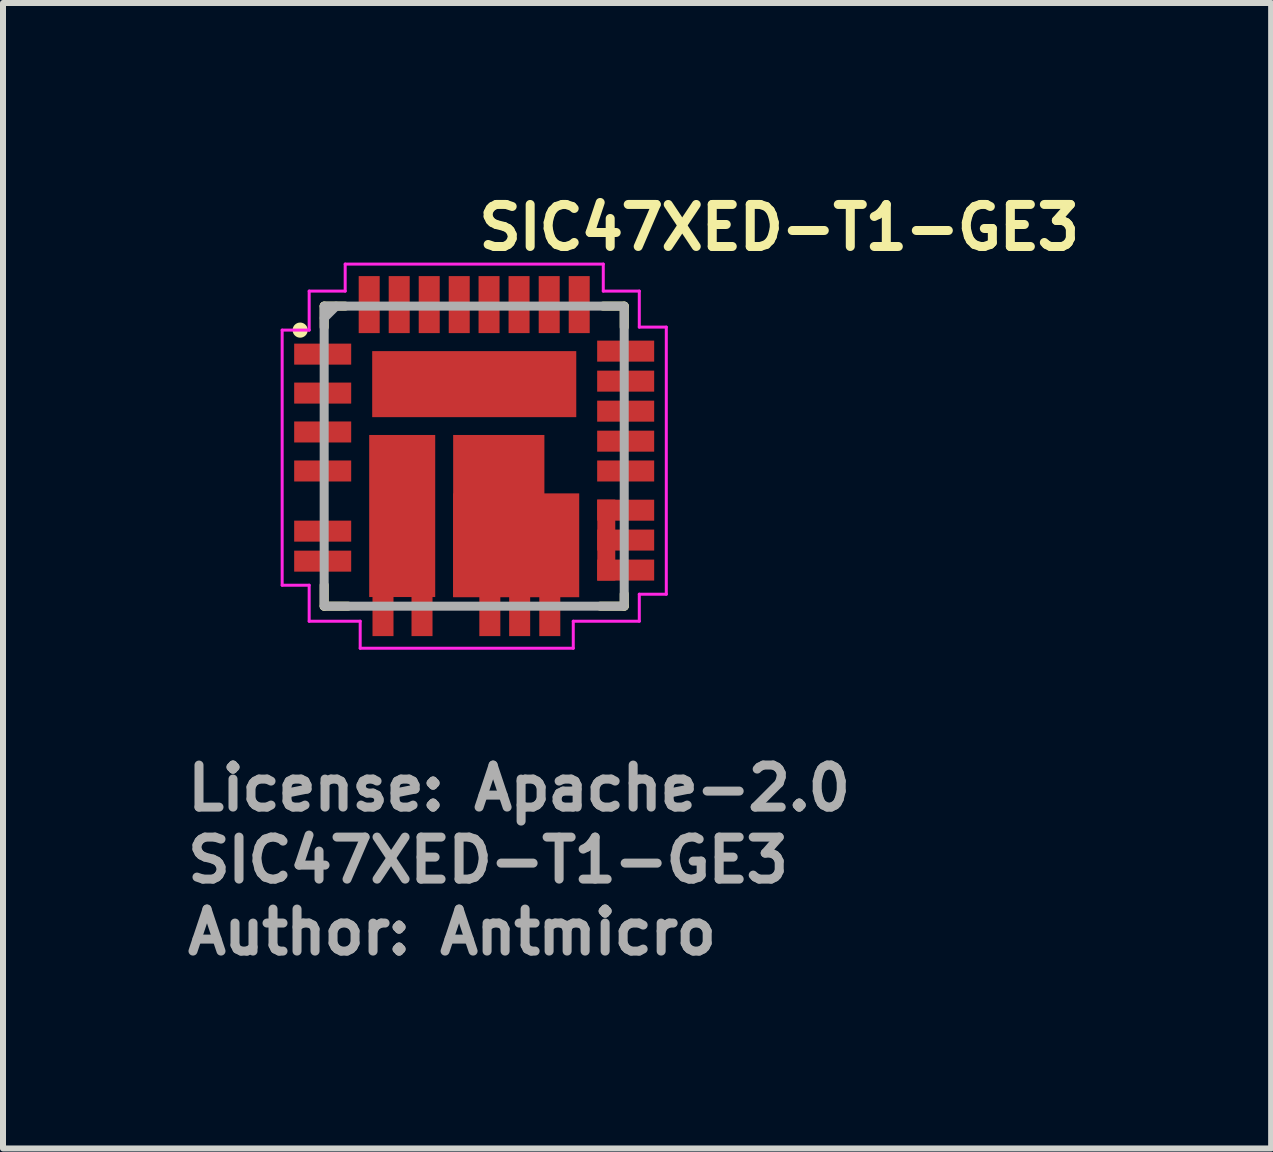
<source format=kicad_pcb>
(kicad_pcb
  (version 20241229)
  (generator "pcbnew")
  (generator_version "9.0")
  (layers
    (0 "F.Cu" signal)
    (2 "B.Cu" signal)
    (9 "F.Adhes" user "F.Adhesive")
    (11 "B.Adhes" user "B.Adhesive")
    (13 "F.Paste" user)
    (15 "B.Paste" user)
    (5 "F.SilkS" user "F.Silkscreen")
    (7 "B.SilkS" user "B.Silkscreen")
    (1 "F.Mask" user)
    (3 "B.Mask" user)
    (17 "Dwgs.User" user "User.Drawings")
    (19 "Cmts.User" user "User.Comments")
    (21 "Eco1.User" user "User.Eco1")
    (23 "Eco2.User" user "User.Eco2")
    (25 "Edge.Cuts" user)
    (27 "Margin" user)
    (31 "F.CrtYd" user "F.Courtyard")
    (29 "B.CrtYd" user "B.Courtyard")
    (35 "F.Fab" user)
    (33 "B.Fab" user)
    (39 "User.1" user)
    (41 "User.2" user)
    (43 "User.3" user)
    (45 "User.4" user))
  (footprint "SIC47XED-T1-GE3"
    (layer "F.Cu")
    (at 4.851 4.55)
    (property "Reference" "SIC47XED-T1-GE3" (at 0 -3.4 0) (layer "F.SilkS") (effects (font (size 0.7 0.7) (thickness 0.15)) (justify left bottom)))
    (attr smd)
    (fp_line (start -2.5 -2.5) (end -2.15 -2.5) (stroke (width 0.15) (type solid)) (layer "F.SilkS"))
    (fp_line (start -2.5 -2.15) (end -2.5 -2.5) (stroke (width 0.15) (type solid)) (layer "F.SilkS"))
    (fp_line (start -2.5 2.499) (end -2.5 2.148) (stroke (width 0.15) (type solid)) (layer "F.SilkS"))
    (fp_line (start -2.101 2.499) (end -2.5 2.499) (stroke (width 0.15) (type solid)) (layer "F.SilkS"))
    (fp_line (start 2.148 -2.5) (end 2.499 -2.5) (stroke (width 0.15) (type solid)) (layer "F.SilkS"))
    (fp_line (start 2.499 -2.5) (end 2.499 -2.15) (stroke (width 0.15) (type solid)) (layer "F.SilkS"))
    (fp_line (start 2.499 2.297) (end 2.499 2.499) (stroke (width 0.15) (type solid)) (layer "F.SilkS"))
    (fp_line (start 2.499 2.499) (end 2.1 2.499) (stroke (width 0.15) (type solid)) (layer "F.SilkS"))
    (fp_circle (center -2.9 -2.1) (end -2.849 -2.1) (stroke (width 0.15) (type solid)) (fill yes) (layer "F.SilkS"))
    (fp_poly (pts (xy -0.803 2.1) (xy -1.601 2.1) (xy -1.601 -0.203) (xy -0.803 -0.203)) (stroke (width 0.1) (type solid)) (fill yes) (layer "F.Paste"))
    (fp_poly (pts (xy -0.453 -0.75) (xy -1.601 -0.75) (xy -1.601 -1.651) (xy -0.453 -1.651)) (stroke (width 0.1) (type solid)) (fill yes) (layer "F.Paste"))
    (fp_poly (pts (xy 1.1 0.597) (xy -0.25 0.597) (xy -0.25 -0.25) (xy 1.1 -0.25)) (stroke (width 0.1) (type solid)) (fill yes) (layer "F.Paste"))
    (fp_poly (pts (xy 1.6 -0.75) (xy 0.45 -0.75) (xy 0.45 -1.651) (xy 1.6 -1.651)) (stroke (width 0.1) (type solid)) (fill yes) (layer "F.Paste"))
    (fp_poly (pts (xy 1.648 2.048) (xy -0.25 2.048) (xy -0.25 1.398) (xy 1.648 1.398)) (stroke (width 0.1) (type solid)) (fill yes) (layer "F.Paste"))
    (fp_line (start -3.2 -2.1) (end -3.2 2.15) (stroke (width 0.05) (type solid)) (layer "F.CrtYd"))
    (fp_line (start -3.2 2.15) (end -2.75 2.15) (stroke (width 0.05) (type solid)) (layer "F.CrtYd"))
    (fp_line (start -2.75 -2.75) (end -2.75 -2.1) (stroke (width 0.05) (type solid)) (layer "F.CrtYd"))
    (fp_line (start -2.75 -2.1) (end -3.2 -2.1) (stroke (width 0.05) (type solid)) (layer "F.CrtYd"))
    (fp_line (start -2.75 2.15) (end -2.75 2.75) (stroke (width 0.05) (type solid)) (layer "F.CrtYd"))
    (fp_line (start -2.75 2.75) (end -1.9 2.75) (stroke (width 0.05) (type solid)) (layer "F.CrtYd"))
    (fp_line (start -2.15 -3.2) (end -2.15 -2.75) (stroke (width 0.05) (type solid)) (layer "F.CrtYd"))
    (fp_line (start -2.15 -2.75) (end -2.75 -2.75) (stroke (width 0.05) (type solid)) (layer "F.CrtYd"))
    (fp_line (start -1.9 2.75) (end -1.9 3.2) (stroke (width 0.05) (type solid)) (layer "F.CrtYd"))
    (fp_line (start -1.9 3.2) (end 1.65 3.2) (stroke (width 0.05) (type solid)) (layer "F.CrtYd"))
    (fp_line (start 1.65 2.75) (end 2.75 2.75) (stroke (width 0.05) (type solid)) (layer "F.CrtYd"))
    (fp_line (start 1.65 3.2) (end 1.65 2.75) (stroke (width 0.05) (type solid)) (layer "F.CrtYd"))
    (fp_line (start 2.15 -3.2) (end -2.15 -3.2) (stroke (width 0.05) (type solid)) (layer "F.CrtYd"))
    (fp_line (start 2.15 -2.75) (end 2.15 -3.2) (stroke (width 0.05) (type solid)) (layer "F.CrtYd"))
    (fp_line (start 2.75 -2.75) (end 2.15 -2.75) (stroke (width 0.05) (type solid)) (layer "F.CrtYd"))
    (fp_line (start 2.75 -2.15) (end 2.75 -2.75) (stroke (width 0.05) (type solid)) (layer "F.CrtYd"))
    (fp_line (start 2.75 2.3) (end 3.2 2.3) (stroke (width 0.05) (type solid)) (layer "F.CrtYd"))
    (fp_line (start 2.75 2.75) (end 2.75 2.3) (stroke (width 0.05) (type solid)) (layer "F.CrtYd"))
    (fp_line (start 3.2 -2.15) (end 2.75 -2.15) (stroke (width 0.05) (type solid)) (layer "F.CrtYd"))
    (fp_line (start 3.2 2.3) (end 3.2 -2.15) (stroke (width 0.05) (type solid)) (layer "F.CrtYd"))
    (fp_line (start -2.5 -2.302) (end -2.302 -2.5) (stroke (width 0.15) (type solid)) (layer "F.Fab"))
    (fp_rect (start 2.499 2.499) (end -2.5 -2.5) (stroke (width 0.15) (type solid)) (fill no) (layer "F.Fab"))
    (fp_rect (start 2.499 2.499) (end -2.5 -2.5) (stroke (width 0.1) (type solid)) (fill no) (layer "User.5"))
    (fp_line (start -2.5 -2.5) (end -2.5 2.5) (stroke (width 0.1) (type solid)) (layer "User.9"))
    (fp_line (start -2.5 2.5) (end 2.5 2.5) (stroke (width 0.1) (type solid)) (layer "User.9"))
    (fp_line (start -2.1 -1.9) (end -2.096 -1.861) (stroke (width 0.1) (type solid)) (layer "User.9"))
    (fp_line (start -2.1 -1.9) (end -2.096 -1.861) (stroke (width 0.1) (type solid)) (layer "User.9"))
    (fp_line (start -2.096 -1.939) (end -2.1 -1.9) (stroke (width 0.1) (type solid)) (layer "User.9"))
    (fp_line (start -2.096 -1.939) (end -2.1 -1.9) (stroke (width 0.1) (type solid)) (layer "User.9"))
    (fp_line (start -2.096 -1.861) (end -2.085 -1.823) (stroke (width 0.1) (type solid)) (layer "User.9"))
    (fp_line (start -2.096 -1.861) (end -2.085 -1.823) (stroke (width 0.1) (type solid)) (layer "User.9"))
    (fp_line (start -2.085 -1.977) (end -2.096 -1.939) (stroke (width 0.1) (type solid)) (layer "User.9"))
    (fp_line (start -2.085 -1.977) (end -2.096 -1.939) (stroke (width 0.1) (type solid)) (layer "User.9"))
    (fp_line (start -2.085 -1.823) (end -2.066 -1.789) (stroke (width 0.1) (type solid)) (layer "User.9"))
    (fp_line (start -2.085 -1.823) (end -2.066 -1.789) (stroke (width 0.1) (type solid)) (layer "User.9"))
    (fp_line (start -2.066 -2.011) (end -2.085 -1.977) (stroke (width 0.1) (type solid)) (layer "User.9"))
    (fp_line (start -2.066 -2.011) (end -2.085 -1.977) (stroke (width 0.1) (type solid)) (layer "User.9"))
    (fp_line (start -2.066 -1.789) (end -2.041 -1.759) (stroke (width 0.1) (type solid)) (layer "User.9"))
    (fp_line (start -2.066 -1.789) (end -2.041 -1.759) (stroke (width 0.1) (type solid)) (layer "User.9"))
    (fp_line (start -2.041 -2.041) (end -2.066 -2.011) (stroke (width 0.1) (type solid)) (layer "User.9"))
    (fp_line (start -2.041 -2.041) (end -2.066 -2.011) (stroke (width 0.1) (type solid)) (layer "User.9"))
    (fp_line (start -2.041 -1.759) (end -2.011 -1.734) (stroke (width 0.1) (type solid)) (layer "User.9"))
    (fp_line (start -2.041 -1.759) (end -2.011 -1.734) (stroke (width 0.1) (type solid)) (layer "User.9"))
    (fp_line (start -2.011 -2.066) (end -2.041 -2.041) (stroke (width 0.1) (type solid)) (layer "User.9"))
    (fp_line (start -2.011 -2.066) (end -2.041 -2.041) (stroke (width 0.1) (type solid)) (layer "User.9"))
    (fp_line (start -2.011 -1.734) (end -1.977 -1.715) (stroke (width 0.1) (type solid)) (layer "User.9"))
    (fp_line (start -2.011 -1.734) (end -1.977 -1.715) (stroke (width 0.1) (type solid)) (layer "User.9"))
    (fp_line (start -1.977 -2.085) (end -2.011 -2.066) (stroke (width 0.1) (type solid)) (layer "User.9"))
    (fp_line (start -1.977 -2.085) (end -2.011 -2.066) (stroke (width 0.1) (type solid)) (layer "User.9"))
    (fp_line (start -1.977 -1.715) (end -1.939 -1.704) (stroke (width 0.1) (type solid)) (layer "User.9"))
    (fp_line (start -1.977 -1.715) (end -1.939 -1.704) (stroke (width 0.1) (type solid)) (layer "User.9"))
    (fp_line (start -1.939 -2.096) (end -1.977 -2.085) (stroke (width 0.1) (type solid)) (layer "User.9"))
    (fp_line (start -1.939 -2.096) (end -1.977 -2.085) (stroke (width 0.1) (type solid)) (layer "User.9"))
    (fp_line (start -1.939 -1.704) (end -1.9 -1.7) (stroke (width 0.1) (type solid)) (layer "User.9"))
    (fp_line (start -1.939 -1.704) (end -1.9 -1.7) (stroke (width 0.1) (type solid)) (layer "User.9"))
    (fp_line (start -1.9 -2.1) (end -1.939 -2.096) (stroke (width 0.1) (type solid)) (layer "User.9"))
    (fp_line (start -1.9 -2.1) (end -1.939 -2.096) (stroke (width 0.1) (type solid)) (layer "User.9"))
    (fp_line (start -1.9 -1.7) (end -1.861 -1.704) (stroke (width 0.1) (type solid)) (layer "User.9"))
    (fp_line (start -1.9 -1.7) (end -1.861 -1.704) (stroke (width 0.1) (type solid)) (layer "User.9"))
    (fp_line (start -1.861 -2.096) (end -1.9 -2.1) (stroke (width 0.1) (type solid)) (layer "User.9"))
    (fp_line (start -1.861 -2.096) (end -1.9 -2.1) (stroke (width 0.1) (type solid)) (layer "User.9"))
    (fp_line (start -1.861 -1.704) (end -1.823 -1.715) (stroke (width 0.1) (type solid)) (layer "User.9"))
    (fp_line (start -1.861 -1.704) (end -1.823 -1.715) (stroke (width 0.1) (type solid)) (layer "User.9"))
    (fp_line (start -1.823 -2.085) (end -1.861 -2.096) (stroke (width 0.1) (type solid)) (layer "User.9"))
    (fp_line (start -1.823 -2.085) (end -1.861 -2.096) (stroke (width 0.1) (type solid)) (layer "User.9"))
    (fp_line (start -1.823 -1.715) (end -1.789 -1.734) (stroke (width 0.1) (type solid)) (layer "User.9"))
    (fp_line (start -1.823 -1.715) (end -1.789 -1.734) (stroke (width 0.1) (type solid)) (layer "User.9"))
    (fp_line (start -1.789 -2.066) (end -1.823 -2.085) (stroke (width 0.1) (type solid)) (layer "User.9"))
    (fp_line (start -1.789 -2.066) (end -1.823 -2.085) (stroke (width 0.1) (type solid)) (layer "User.9"))
    (fp_line (start -1.789 -1.734) (end -1.759 -1.759) (stroke (width 0.1) (type solid)) (layer "User.9"))
    (fp_line (start -1.789 -1.734) (end -1.759 -1.759) (stroke (width 0.1) (type solid)) (layer "User.9"))
    (fp_line (start -1.759 -2.041) (end -1.789 -2.066) (stroke (width 0.1) (type solid)) (layer "User.9"))
    (fp_line (start -1.759 -2.041) (end -1.789 -2.066) (stroke (width 0.1) (type solid)) (layer "User.9"))
    (fp_line (start -1.759 -1.759) (end -1.734 -1.789) (stroke (width 0.1) (type solid)) (layer "User.9"))
    (fp_line (start -1.759 -1.759) (end -1.734 -1.789) (stroke (width 0.1) (type solid)) (layer "User.9"))
    (fp_line (start -1.734 -2.011) (end -1.759 -2.041) (stroke (width 0.1) (type solid)) (layer "User.9"))
    (fp_line (start -1.734 -2.011) (end -1.759 -2.041) (stroke (width 0.1) (type solid)) (layer "User.9"))
    (fp_line (start -1.734 -1.789) (end -1.715 -1.823) (stroke (width 0.1) (type solid)) (layer "User.9"))
    (fp_line (start -1.734 -1.789) (end -1.715 -1.823) (stroke (width 0.1) (type solid)) (layer "User.9"))
    (fp_line (start -1.715 -1.977) (end -1.734 -2.011) (stroke (width 0.1) (type solid)) (layer "User.9"))
    (fp_line (start -1.715 -1.977) (end -1.734 -2.011) (stroke (width 0.1) (type solid)) (layer "User.9"))
    (fp_line (start -1.715 -1.823) (end -1.704 -1.861) (stroke (width 0.1) (type solid)) (layer "User.9"))
    (fp_line (start -1.715 -1.823) (end -1.704 -1.861) (stroke (width 0.1) (type solid)) (layer "User.9"))
    (fp_line (start -1.704 -1.939) (end -1.715 -1.977) (stroke (width 0.1) (type solid)) (layer "User.9"))
    (fp_line (start -1.704 -1.939) (end -1.715 -1.977) (stroke (width 0.1) (type solid)) (layer "User.9"))
    (fp_line (start -1.704 -1.861) (end -1.7 -1.9) (stroke (width 0.1) (type solid)) (layer "User.9"))
    (fp_line (start -1.704 -1.861) (end -1.7 -1.9) (stroke (width 0.1) (type solid)) (layer "User.9"))
    (fp_line (start -1.7 -1.9) (end -1.704 -1.939) (stroke (width 0.1) (type solid)) (layer "User.9"))
    (fp_line (start -1.7 -1.9) (end -1.704 -1.939) (stroke (width 0.1) (type solid)) (layer "User.9"))
    (fp_line (start 2.5 -2.5) (end -2.5 -2.5) (stroke (width 0.1) (type solid)) (layer "User.9"))
    (fp_line (start 2.5 2.5) (end 2.5 -2.5) (stroke (width 0.1) (type solid)) (layer "User.9"))
    (fp_text user "Author: Antmicro" (at -4.851 8.339 0) (layer "F.Fab") (effects (font (size 0.7 0.7) (thickness 0.15)) (justify left bottom)))
    (fp_text user "${REFERENCE}" (at -4.851 7.14 0) (layer "F.Fab") (effects (font (size 0.7 0.7) (thickness 0.15)) (justify left bottom)))
    (fp_text user "License: Apache-2.0" (at -4.851 5.94 0) (layer "F.Fab") (effects (font (size 0.7 0.7) (thickness 0.15)) (justify left bottom)))
    (pad "1" smd rect (at -2.525 -1.7) (size 0.95 0.35) (layers "F.Cu" "F.Mask" "F.Paste"))
    (pad "2" smd rect (at -2.525 -1.051) (size 0.95 0.35) (layers "F.Cu" "F.Mask" "F.Paste"))
    (pad "3" smd rect (at -2.525 -0.403) (size 0.95 0.35) (layers "F.Cu" "F.Mask" "F.Paste"))
    (pad "4" smd rect (at -2.525 0.247) (size 0.95 0.35) (layers "F.Cu" "F.Mask" "F.Paste"))
    (pad "5" smd rect (at -2.525 1.249) (size 0.95 0.35) (layers "F.Cu" "F.Mask" "F.Paste"))
    (pad "6" smd rect (at -2.525 1.749) (size 0.95 0.35) (layers "F.Cu" "F.Mask" "F.Paste"))
    (pad "7" smd rect (at -1.52 2.523) (size 0.35 0.95) (layers "F.Cu" "F.Mask" "F.Paste"))
    (pad "7" smd rect (at -1.2 0.997) (size 1.1 2.7) (layers "F.Cu" "F.Mask"))
    (pad "8" smd rect (at -0.87 2.523) (size 0.35 0.95) (layers "F.Cu" "F.Mask" "F.Paste"))
    (pad "9" smd rect (at 0.26 2.523) (size 0.35 0.95) (layers "F.Cu" "F.Mask" "F.Paste"))
    (pad "9" smd rect (at 0.409 0.997) (size 1.52 2.7) (layers "F.Cu" "F.Mask"))
    (pad "9" smd rect (at 0.699 1.485) (size 2.1 1.73) (layers "F.Cu" "F.Mask"))
    (pad "10" smd rect (at 0.757 2.523) (size 0.35 0.95) (layers "F.Cu" "F.Mask" "F.Paste"))
    (pad "11" smd rect (at 1.259 2.523) (size 0.35 0.95) (layers "F.Cu" "F.Mask" "F.Paste"))
    (pad "12" smd rect (at 2.523 1.898) (size 0.95 0.35) (layers "F.Cu" "F.Mask" "F.Paste"))
    (pad "13" smd rect (at 2.523 1.398) (size 0.95 0.35) (layers "F.Cu" "F.Mask" "F.Paste"))
    (pad "14" smd rect (at 2.2 1.398) (size 0.3 1.35) (layers "F.Cu" "F.Mask" "F.Paste"))
    (pad "14" smd rect (at 2.523 0.9) (size 0.95 0.35) (layers "F.Cu" "F.Mask" "F.Paste"))
    (pad "15" smd rect (at 2.523 0.247) (size 0.95 0.35) (layers "F.Cu" "F.Mask" "F.Paste"))
    (pad "16" smd rect (at 2.523 -0.25) (size 0.95 0.35) (layers "F.Cu" "F.Mask" "F.Paste"))
    (pad "17" smd rect (at 2.523 -0.75) (size 0.95 0.35) (layers "F.Cu" "F.Mask" "F.Paste"))
    (pad "18" smd rect (at 2.523 -1.25) (size 0.95 0.35) (layers "F.Cu" "F.Mask" "F.Paste"))
    (pad "19" smd rect (at 2.523 -1.75) (size 0.95 0.35) (layers "F.Cu" "F.Mask" "F.Paste"))
    (pad "20" smd rect (at 1.749 -2.525) (size 0.35 0.95) (layers "F.Cu" "F.Mask" "F.Paste"))
    (pad "21" smd rect (at 1.249 -2.525) (size 0.35 0.95) (layers "F.Cu" "F.Mask" "F.Paste"))
    (pad "22" smd rect (at 0.747 -2.525) (size 0.35 0.95) (layers "F.Cu" "F.Mask" "F.Paste"))
    (pad "23" smd rect (at 0.247 -2.525) (size 0.35 0.95) (layers "F.Cu" "F.Mask" "F.Paste"))
    (pad "24" smd rect (at -0.25 -2.525) (size 0.35 0.95) (layers "F.Cu" "F.Mask" "F.Paste"))
    (pad "25" smd rect (at -0.75 -2.525) (size 0.35 0.95) (layers "F.Cu" "F.Mask" "F.Paste"))
    (pad "26" smd rect (at -1.25 -2.525) (size 0.35 0.95) (layers "F.Cu" "F.Mask" "F.Paste"))
    (pad "27" smd rect (at -1.75 -2.525) (size 0.35 0.95) (layers "F.Cu" "F.Mask" "F.Paste"))
    (pad "28" smd rect (at 0 -1.2) (size 3.4 1.1) (layers "F.Cu" "F.Mask")))
  (gr_rect
    (start -3 -3)
    (end 18.128 16.084)
    (stroke (width 0.1) (type default))
    (fill no)
    (layer "Edge.Cuts")))
</source>
